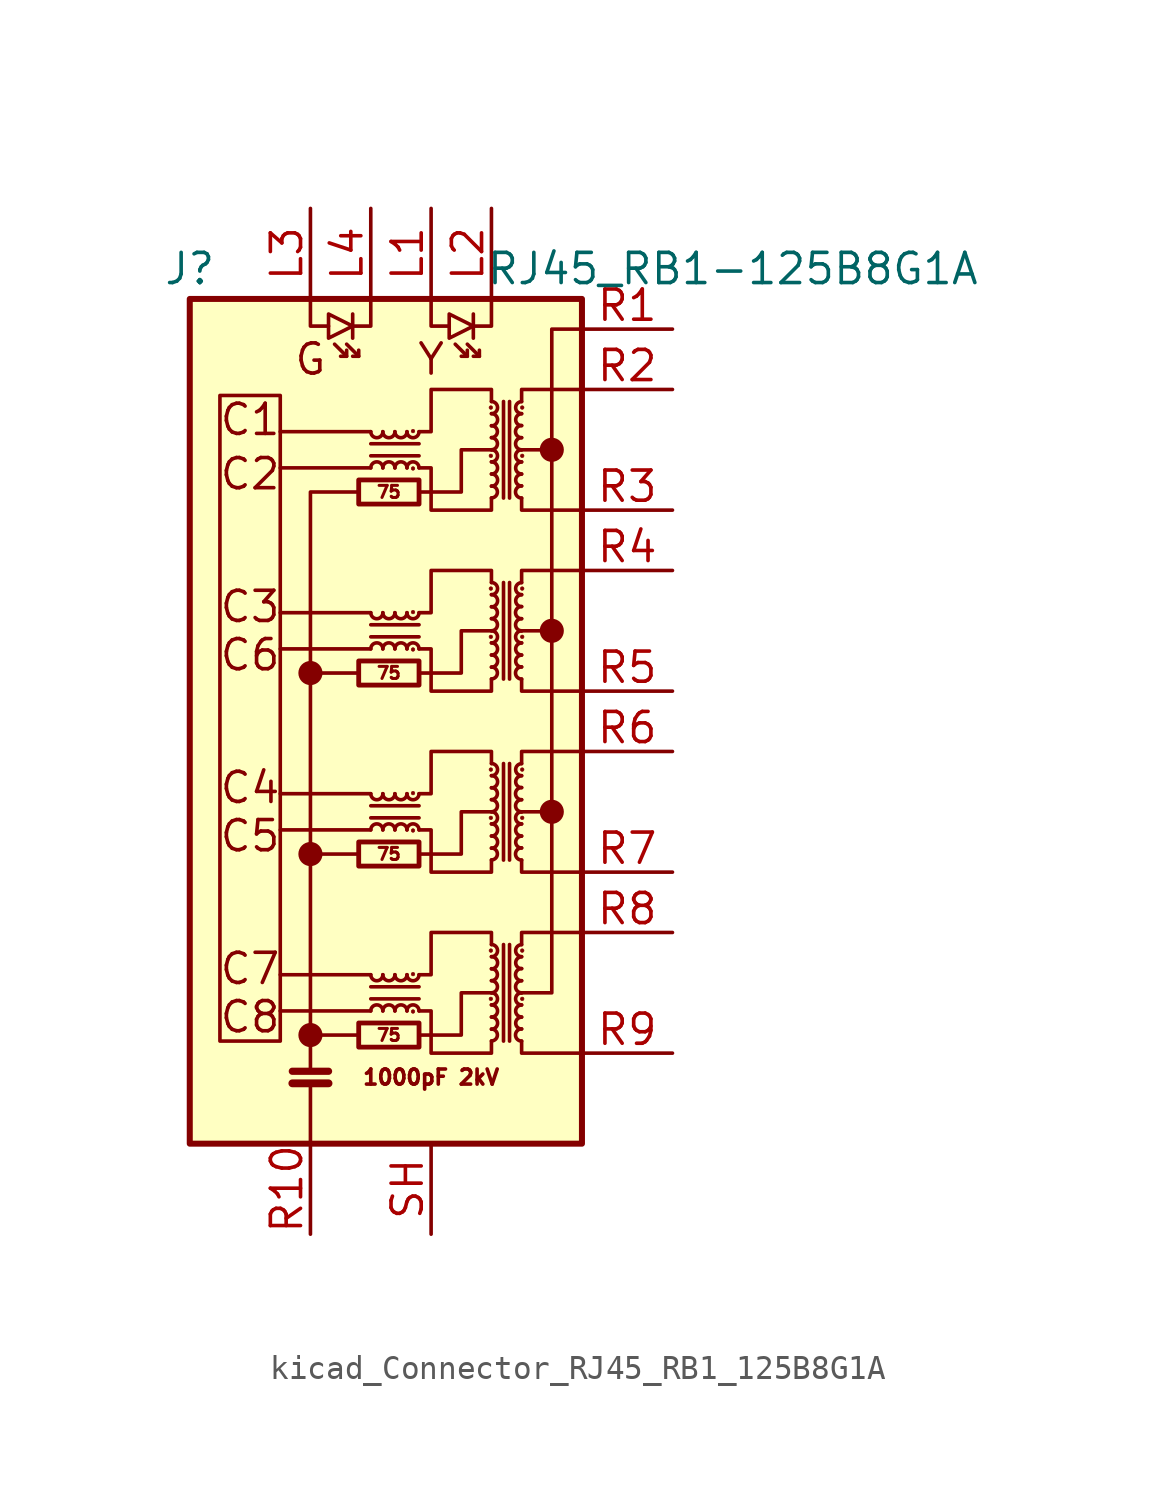
<source format=kicad_sym>
(kicad_symbol_lib
  (version 20220914)
  (generator kicad_symbol_editor)
  (symbol "kicad_Connector_RJ45_RB1_125B8G1A"
    (pin_names hide)
    (property "Reference" "J"
      (at -7.62 20.32 0)
      (effects (font (size 1.27 1.27))))
    (property "Value" "RJ45_RB1-125B8G1A"
      (at 15.24 20.32 0)
      (effects (font (size 1.27 1.27))))
    (symbol "kicad_Connector_RJ45_RB1_125B8G1A_0_0"
      (circle (center -2.54 -11.938) (radius 0.0001) (stroke (width 0.508) (type default)) (fill (type none)))
      (circle (center -2.54 -4.318) (radius 0.0001) (stroke (width 0.508) (type default)) (fill (type none)))
      (circle (center -2.54 3.302) (radius 0.0001) (stroke (width 0.508) (type default)) (fill (type none)))
      (polyline (pts (xy -0.508 -11.938) (xy -2.54 -11.938)) (stroke (width 0) (type default)) (fill (type none)))
      (polyline (pts (xy 0 -10.922) (xy -3.81 -10.922)) (stroke (width 0) (type default)) (fill (type none)))
      (polyline (pts (xy 0 -9.398) (xy -3.81 -9.398)) (stroke (width 0) (type default)) (fill (type none)))
      (polyline (pts (xy 0 -3.302) (xy -3.81 -3.302)) (stroke (width 0) (type default)) (fill (type none)))
      (polyline (pts (xy 0 -1.778) (xy -3.81 -1.778)) (stroke (width 0) (type default)) (fill (type none)))
      (polyline (pts (xy 0 4.318) (xy -3.81 4.318)) (stroke (width 0) (type default)) (fill (type none)))
      (polyline (pts (xy 0 5.842) (xy -3.81 5.842)) (stroke (width 0) (type default)) (fill (type none)))
      (polyline (pts (xy 0 11.938) (xy -3.81 11.938)) (stroke (width 0) (type default)) (fill (type none)))
      (polyline (pts (xy 0 13.462) (xy -3.81 13.462)) (stroke (width 0) (type default)) (fill (type none)))
      (polyline (pts (xy 6.35 5.08) (xy 7.62 5.08)) (stroke (width 0) (type default)) (fill (type none)))
      (polyline (pts (xy 7.62 -2.54) (xy 6.35 -2.54)) (stroke (width 0) (type default)) (fill (type none)))
      (polyline (pts (xy 7.62 12.7) (xy 6.35 12.7)) (stroke (width 0) (type default)) (fill (type none)))
      (polyline (pts (xy 2.032 -11.938) (xy 3.81 -11.938) (xy 3.81 -10.16) (xy 5.08 -10.16)) (stroke (width 0) (type default)) (fill (type none)))
      (polyline (pts (xy 2.032 -4.318) (xy 3.81 -4.318) (xy 3.81 -2.54) (xy 5.08 -2.54)) (stroke (width 0) (type default)) (fill (type none)))
      (polyline (pts (xy 2.032 3.302) (xy 3.81 3.302) (xy 3.81 5.08) (xy 5.08 5.08)) (stroke (width 0) (type default)) (fill (type none)))
      (polyline (pts (xy 2.032 10.922) (xy 3.81 10.922) (xy 3.81 12.7) (xy 5.08 12.7)) (stroke (width 0) (type default)) (fill (type none)))
      (circle (center 7.62 -2.54) (radius 0.0001) (stroke (width 0.508) (type default)) (fill (type none)))
      (circle (center 7.62 5.08) (radius 0.0001) (stroke (width 0.508) (type default)) (fill (type none)))
      (circle (center 7.62 12.7) (radius 0.0001) (stroke (width 0.508) (type default)) (fill (type none)))
      (text "1000pF 2kV" (at 2.54 -13.716 0) (effects (font (size 0.635 0.635))))
      (text "C1" (at -5.08 13.97 0) (effects (font (size 1.27 1.27))))
      (text "C2" (at -5.08 11.684 0) (effects (font (size 1.27 1.27))))
      (text "C3" (at -5.08 6.096 0) (effects (font (size 1.27 1.27))))
      (text "C4" (at -5.08 -1.524 0) (effects (font (size 1.27 1.27))))
      (text "C5" (at -5.08 -3.556 0) (effects (font (size 1.27 1.27))))
      (text "C6" (at -5.08 4.064 0) (effects (font (size 1.27 1.27))))
      (text "C7" (at -5.08 -9.144 0) (effects (font (size 1.27 1.27))))
      (text "C8" (at -5.08 -11.176 0) (effects (font (size 1.27 1.27))))
      (text "G" (at -2.54 16.51 0) (effects (font (size 1.27 1.27))))
      (text "Y" (at 2.54 16.51 0) (effects (font (size 1.27 1.27)))))
    (symbol "kicad_Connector_RJ45_RB1_125B8G1A_0_1"
      (rectangle (start -7.62 19.05) (end 8.89 -16.51) (stroke (width 0.254) (type default)) (fill (type background)))
      (rectangle (start -3.81 -12.192) (end -6.35 14.986) (stroke (width 0) (type default)) (fill (type none)))
      (rectangle (start -0.508 -12.446) (end 2.032 -11.43) (stroke (width 0.203) (type default)) (fill (type none)))
      (rectangle (start -0.508 -4.826) (end 2.032 -3.81) (stroke (width 0.203) (type default)) (fill (type none)))
      (rectangle (start -0.508 2.794) (end 2.032 3.81) (stroke (width 0.203) (type default)) (fill (type none)))
      (rectangle (start -0.508 10.414) (end 2.032 11.43) (stroke (width 0.203) (type default)) (fill (type none)))
      (arc (start 0 -9.398) (mid 0.254 -9.6509) (end 0.508 -9.398) (stroke (width 0) (type default)) (fill (type none)))
      (arc (start 0 -1.778) (mid 0.254 -2.0309) (end 0.508 -1.778) (stroke (width 0) (type default)) (fill (type none)))
      (polyline (pts (xy -3.302 -13.97) (xy -1.778 -13.97)) (stroke (width 0.33) (type default)) (fill (type none)))
      (polyline (pts (xy -3.302 -13.462) (xy -1.778 -13.462)) (stroke (width 0.305) (type default)) (fill (type none)))
      (polyline (pts (xy -2.54 -16.51) (xy -2.54 -13.97)) (stroke (width 0) (type default)) (fill (type none)))
      (polyline (pts (xy -2.54 3.302) (xy -0.508 3.302)) (stroke (width 0) (type default)) (fill (type none)))
      (polyline (pts (xy -1.016 16.637) (xy -1.524 17.145)) (stroke (width 0) (type default)) (fill (type none)))
      (polyline (pts (xy -0.762 18.415) (xy -0.762 17.399)) (stroke (width 0) (type default)) (fill (type none)))
      (polyline (pts (xy -0.508 -4.318) (xy -2.54 -4.318)) (stroke (width 0) (type default)) (fill (type none)))
      (polyline (pts (xy -0.508 16.637) (xy -1.016 17.145)) (stroke (width 0) (type default)) (fill (type none)))
      (polyline (pts (xy 0 -10.414) (xy 2.032 -10.414)) (stroke (width 0) (type default)) (fill (type none)))
      (polyline (pts (xy 0 -2.794) (xy 2.032 -2.794)) (stroke (width 0) (type default)) (fill (type none)))
      (polyline (pts (xy 0 4.826) (xy 2.032 4.826)) (stroke (width 0) (type default)) (fill (type none)))
      (polyline (pts (xy 0 12.446) (xy 2.032 12.446)) (stroke (width 0) (type default)) (fill (type none)))
      (polyline (pts (xy 2.032 -9.906) (xy 0 -9.906)) (stroke (width 0) (type default)) (fill (type none)))
      (polyline (pts (xy 2.032 -2.286) (xy 0 -2.286)) (stroke (width 0) (type default)) (fill (type none)))
      (polyline (pts (xy 2.032 5.334) (xy 0 5.334)) (stroke (width 0) (type default)) (fill (type none)))
      (polyline (pts (xy 2.032 12.954) (xy 0 12.954)) (stroke (width 0) (type default)) (fill (type none)))
      (polyline (pts (xy 4.064 16.637) (xy 3.556 17.145)) (stroke (width 0) (type default)) (fill (type none)))
      (polyline (pts (xy 4.318 18.415) (xy 4.318 17.399)) (stroke (width 0) (type default)) (fill (type none)))
      (polyline (pts (xy 4.572 16.637) (xy 4.064 17.145)) (stroke (width 0) (type default)) (fill (type none)))
      (polyline (pts (xy 5.588 -8.128) (xy 5.588 -12.192)) (stroke (width 0) (type default)) (fill (type none)))
      (polyline (pts (xy 5.588 -0.508) (xy 5.588 -4.572)) (stroke (width 0) (type default)) (fill (type none)))
      (polyline (pts (xy 5.588 7.112) (xy 5.588 3.048)) (stroke (width 0) (type default)) (fill (type none)))
      (polyline (pts (xy 5.588 14.732) (xy 5.588 10.668)) (stroke (width 0) (type default)) (fill (type none)))
      (polyline (pts (xy 5.842 -12.192) (xy 5.842 -8.128)) (stroke (width 0) (type default)) (fill (type none)))
      (polyline (pts (xy 5.842 -4.572) (xy 5.842 -0.508)) (stroke (width 0) (type default)) (fill (type none)))
      (polyline (pts (xy 5.842 3.048) (xy 5.842 7.112)) (stroke (width 0) (type default)) (fill (type none)))
      (polyline (pts (xy 5.842 10.668) (xy 5.842 14.732)) (stroke (width 0) (type default)) (fill (type none)))
      (polyline (pts (xy -2.54 -13.462) (xy -2.54 10.922) (xy -0.508 10.922)) (stroke (width 0) (type default)) (fill (type none)))
      (polyline (pts (xy -2.54 19.05) (xy -2.54 17.907) (xy -1.778 17.907)) (stroke (width 0) (type default)) (fill (type none)))
      (polyline (pts (xy -1.016 16.891) (xy -1.016 16.637) (xy -1.27 16.637)) (stroke (width 0) (type default)) (fill (type none)))
      (polyline (pts (xy -0.508 16.891) (xy -0.508 16.637) (xy -0.762 16.637)) (stroke (width 0) (type default)) (fill (type none)))
      (polyline (pts (xy 0 19.05) (xy 0 17.907) (xy -0.762 17.907)) (stroke (width 0) (type default)) (fill (type none)))
      (polyline (pts (xy 2.54 19.05) (xy 2.54 17.907) (xy 3.302 17.907)) (stroke (width 0) (type default)) (fill (type none)))
      (polyline (pts (xy 4.064 16.891) (xy 4.064 16.637) (xy 3.81 16.637)) (stroke (width 0) (type default)) (fill (type none)))
      (polyline (pts (xy 4.572 16.891) (xy 4.572 16.637) (xy 4.318 16.637)) (stroke (width 0) (type default)) (fill (type none)))
      (polyline (pts (xy 5.08 19.05) (xy 5.08 17.907) (xy 4.318 17.907)) (stroke (width 0) (type default)) (fill (type none)))
      (polyline (pts (xy 6.35 -12.192) (xy 6.35 -12.7) (xy 8.89 -12.7)) (stroke (width 0) (type default)) (fill (type none)))
      (polyline (pts (xy 6.35 -8.128) (xy 6.35 -7.62) (xy 8.89 -7.62)) (stroke (width 0) (type default)) (fill (type none)))
      (polyline (pts (xy 6.35 -4.572) (xy 6.35 -5.08) (xy 8.89 -5.08)) (stroke (width 0) (type default)) (fill (type none)))
      (polyline (pts (xy 6.35 -0.508) (xy 6.35 0) (xy 8.89 0)) (stroke (width 0) (type default)) (fill (type none)))
      (polyline (pts (xy 6.35 3.048) (xy 6.35 2.54) (xy 8.89 2.54)) (stroke (width 0) (type default)) (fill (type none)))
      (polyline (pts (xy 6.35 7.112) (xy 6.35 7.62) (xy 8.89 7.62)) (stroke (width 0) (type default)) (fill (type none)))
      (polyline (pts (xy 6.35 10.668) (xy 6.35 10.16) (xy 8.89 10.16)) (stroke (width 0) (type default)) (fill (type none)))
      (polyline (pts (xy 6.35 14.732) (xy 6.35 15.24) (xy 8.89 15.24)) (stroke (width 0) (type default)) (fill (type none)))
      (polyline (pts (xy -0.762 17.907) (xy -1.778 18.415) (xy -1.778 17.399) (xy -0.762 17.907)) (stroke (width 0) (type default)) (fill (type none)))
      (polyline (pts (xy 4.318 17.907) (xy 3.302 18.415) (xy 3.302 17.399) (xy 4.318 17.907)) (stroke (width 0) (type default)) (fill (type none)))
      (polyline (pts (xy 8.89 17.78) (xy 7.62 17.78) (xy 7.62 -10.16) (xy 6.35 -10.16)) (stroke (width 0) (type default)) (fill (type none)))
      (polyline (pts (xy 2.032 -9.398) (xy 2.54 -9.398) (xy 2.54 -7.62) (xy 5.08 -7.62) (xy 5.08 -8.128)) (stroke (width 0) (type default)) (fill (type none)))
      (polyline (pts (xy 2.032 -1.778) (xy 2.54 -1.778) (xy 2.54 0) (xy 5.08 0) (xy 5.08 -0.508)) (stroke (width 0) (type default)) (fill (type none)))
      (polyline (pts (xy 2.032 5.842) (xy 2.54 5.842) (xy 2.54 7.62) (xy 5.08 7.62) (xy 5.08 7.112)) (stroke (width 0) (type default)) (fill (type none)))
      (polyline (pts (xy 2.032 13.462) (xy 2.54 13.462) (xy 2.54 15.24) (xy 5.08 15.24) (xy 5.08 14.732)) (stroke (width 0) (type default)) (fill (type none)))
      (polyline (pts (xy 5.08 -12.192) (xy 5.08 -12.7) (xy 2.54 -12.7) (xy 2.54 -10.922) (xy 2.032 -10.922)) (stroke (width 0) (type default)) (fill (type none)))
      (polyline (pts (xy 5.08 -4.572) (xy 5.08 -5.08) (xy 2.54 -5.08) (xy 2.54 -3.302) (xy 2.032 -3.302)) (stroke (width 0) (type default)) (fill (type none)))
      (polyline (pts (xy 5.08 3.048) (xy 5.08 2.54) (xy 2.54 2.54) (xy 2.54 4.318) (xy 2.032 4.318)) (stroke (width 0) (type default)) (fill (type none)))
      (polyline (pts (xy 5.08 10.668) (xy 5.08 10.16) (xy 2.54 10.16) (xy 2.54 11.938) (xy 2.032 11.938)) (stroke (width 0) (type default)) (fill (type none)))
      (arc (start 0 5.842) (mid 0.254 5.5891) (end 0.508 5.842) (stroke (width 0) (type default)) (fill (type none)))
      (arc (start 0 13.462) (mid 0.254 13.2091) (end 0.508 13.462) (stroke (width 0) (type default)) (fill (type none)))
      (arc (start 0.508 -10.922) (mid 0.254 -10.6691) (end 0 -10.922) (stroke (width 0) (type default)) (fill (type none)))
      (arc (start 0.508 -9.398) (mid 0.762 -9.6509) (end 1.016 -9.398) (stroke (width 0) (type default)) (fill (type none)))
      (arc (start 0.508 -3.302) (mid 0.254 -3.0491) (end 0 -3.302) (stroke (width 0) (type default)) (fill (type none)))
      (arc (start 0.508 -1.778) (mid 0.762 -2.0309) (end 1.016 -1.778) (stroke (width 0) (type default)) (fill (type none)))
      (arc (start 0.508 4.318) (mid 0.254 4.5709) (end 0 4.318) (stroke (width 0) (type default)) (fill (type none)))
      (arc (start 0.508 5.842) (mid 0.762 5.5891) (end 1.016 5.842) (stroke (width 0) (type default)) (fill (type none)))
      (arc (start 0.508 11.938) (mid 0.254 12.1909) (end 0 11.938) (stroke (width 0) (type default)) (fill (type none)))
      (arc (start 0.508 13.462) (mid 0.762 13.2091) (end 1.016 13.462) (stroke (width 0) (type default)) (fill (type none)))
      (arc (start 1.016 -10.922) (mid 0.762 -10.6691) (end 0.508 -10.922) (stroke (width 0) (type default)) (fill (type none)))
      (arc (start 1.016 -9.398) (mid 1.27 -9.6509) (end 1.524 -9.398) (stroke (width 0) (type default)) (fill (type none)))
      (arc (start 1.016 -3.302) (mid 0.762 -3.0491) (end 0.508 -3.302) (stroke (width 0) (type default)) (fill (type none)))
      (arc (start 1.016 -1.778) (mid 1.27 -2.0309) (end 1.524 -1.778) (stroke (width 0) (type default)) (fill (type none)))
      (arc (start 1.016 4.318) (mid 0.762 4.5709) (end 0.508 4.318) (stroke (width 0) (type default)) (fill (type none)))
      (arc (start 1.016 5.842) (mid 1.27 5.5891) (end 1.524 5.842) (stroke (width 0) (type default)) (fill (type none)))
      (arc (start 1.016 11.938) (mid 0.762 12.1909) (end 0.508 11.938) (stroke (width 0) (type default)) (fill (type none)))
      (arc (start 1.016 13.462) (mid 1.27 13.2091) (end 1.524 13.462) (stroke (width 0) (type default)) (fill (type none)))
      (arc (start 1.524 -10.922) (mid 1.27 -10.6691) (end 1.016 -10.922) (stroke (width 0) (type default)) (fill (type none)))
      (arc (start 1.524 -9.398) (mid 1.778 -9.6509) (end 2.032 -9.398) (stroke (width 0) (type default)) (fill (type none)))
      (arc (start 1.524 -3.302) (mid 1.27 -3.0491) (end 1.016 -3.302) (stroke (width 0) (type default)) (fill (type none)))
      (arc (start 1.524 -1.778) (mid 1.778 -2.0309) (end 2.032 -1.778) (stroke (width 0) (type default)) (fill (type none)))
      (arc (start 1.524 4.318) (mid 1.27 4.5709) (end 1.016 4.318) (stroke (width 0) (type default)) (fill (type none)))
      (arc (start 1.524 5.842) (mid 1.778 5.5891) (end 2.032 5.842) (stroke (width 0) (type default)) (fill (type none)))
      (arc (start 1.524 11.938) (mid 1.27 12.1909) (end 1.016 11.938) (stroke (width 0) (type default)) (fill (type none)))
      (arc (start 1.524 13.462) (mid 1.778 13.2091) (end 2.032 13.462) (stroke (width 0) (type default)) (fill (type none)))
      (circle (center 1.778 -10.947) (radius 0.076) (stroke (width 0.025) (type default)) (fill (type outline)))
      (circle (center 1.778 -9.373) (radius 0.076) (stroke (width 0.025) (type default)) (fill (type outline)))
      (circle (center 1.778 -3.327) (radius 0.076) (stroke (width 0.025) (type default)) (fill (type outline)))
      (circle (center 1.778 -1.753) (radius 0.076) (stroke (width 0.025) (type default)) (fill (type outline)))
      (circle (center 1.778 4.293) (radius 0.076) (stroke (width 0.025) (type default)) (fill (type outline)))
      (circle (center 1.778 5.867) (radius 0.076) (stroke (width 0.025) (type default)) (fill (type outline)))
      (circle (center 1.778 11.913) (radius 0.076) (stroke (width 0.025) (type default)) (fill (type outline)))
      (circle (center 1.778 13.487) (radius 0.076) (stroke (width 0.025) (type default)) (fill (type outline)))
      (arc (start 2.032 -10.922) (mid 1.778 -10.6691) (end 1.524 -10.922) (stroke (width 0) (type default)) (fill (type none)))
      (arc (start 2.032 -3.302) (mid 1.778 -3.0491) (end 1.524 -3.302) (stroke (width 0) (type default)) (fill (type none)))
      (arc (start 2.032 4.318) (mid 1.778 4.5709) (end 1.524 4.318) (stroke (width 0) (type default)) (fill (type none)))
      (arc (start 2.032 11.938) (mid 1.778 12.1909) (end 1.524 11.938) (stroke (width 0) (type default)) (fill (type none)))
      (circle (center 5.055 -10.414) (radius 0.076) (stroke (width 0.025) (type default)) (fill (type outline)))
      (circle (center 5.055 -8.382) (radius 0.076) (stroke (width 0.025) (type default)) (fill (type outline)))
      (circle (center 5.055 -2.794) (radius 0.076) (stroke (width 0.025) (type default)) (fill (type outline)))
      (circle (center 5.055 -0.762) (radius 0.076) (stroke (width 0.025) (type default)) (fill (type outline)))
      (circle (center 5.055 4.826) (radius 0.076) (stroke (width 0.025) (type default)) (fill (type outline)))
      (circle (center 5.055 6.858) (radius 0.076) (stroke (width 0.025) (type default)) (fill (type outline)))
      (circle (center 5.055 12.446) (radius 0.076) (stroke (width 0.025) (type default)) (fill (type outline)))
      (circle (center 5.055 14.478) (radius 0.076) (stroke (width 0.025) (type default)) (fill (type outline)))
      (arc (start 5.08 -12.192) (mid 5.3329 -11.938) (end 5.08 -11.684) (stroke (width 0) (type default)) (fill (type none)))
      (arc (start 5.08 -11.684) (mid 5.3329 -11.43) (end 5.08 -11.176) (stroke (width 0) (type default)) (fill (type none)))
      (arc (start 5.08 -11.176) (mid 5.3329 -10.922) (end 5.08 -10.668) (stroke (width 0) (type default)) (fill (type none)))
      (arc (start 5.08 -10.668) (mid 5.3329 -10.414) (end 5.08 -10.16) (stroke (width 0) (type default)) (fill (type none)))
      (arc (start 5.08 -10.16) (mid 5.3329 -9.906) (end 5.08 -9.652) (stroke (width 0) (type default)) (fill (type none)))
      (arc (start 5.08 -9.652) (mid 5.3329 -9.398) (end 5.08 -9.144) (stroke (width 0) (type default)) (fill (type none)))
      (arc (start 5.08 -9.144) (mid 5.3329 -8.89) (end 5.08 -8.636) (stroke (width 0) (type default)) (fill (type none)))
      (arc (start 5.08 -8.636) (mid 5.3329 -8.382) (end 5.08 -8.128) (stroke (width 0) (type default)) (fill (type none)))
      (arc (start 5.08 -4.572) (mid 5.3329 -4.318) (end 5.08 -4.064) (stroke (width 0) (type default)) (fill (type none)))
      (arc (start 5.08 -4.064) (mid 5.3329 -3.81) (end 5.08 -3.556) (stroke (width 0) (type default)) (fill (type none)))
      (arc (start 5.08 -3.556) (mid 5.3329 -3.302) (end 5.08 -3.048) (stroke (width 0) (type default)) (fill (type none)))
      (arc (start 5.08 -3.048) (mid 5.3329 -2.794) (end 5.08 -2.54) (stroke (width 0) (type default)) (fill (type none)))
      (arc (start 5.08 -2.54) (mid 5.3329 -2.286) (end 5.08 -2.032) (stroke (width 0) (type default)) (fill (type none)))
      (arc (start 5.08 -2.032) (mid 5.3329 -1.778) (end 5.08 -1.524) (stroke (width 0) (type default)) (fill (type none)))
      (arc (start 5.08 -1.524) (mid 5.3329 -1.27) (end 5.08 -1.016) (stroke (width 0) (type default)) (fill (type none)))
      (arc (start 5.08 -1.016) (mid 5.3329 -0.762) (end 5.08 -0.508) (stroke (width 0) (type default)) (fill (type none)))
      (arc (start 5.08 3.048) (mid 5.3329 3.302) (end 5.08 3.556) (stroke (width 0) (type default)) (fill (type none)))
      (arc (start 5.08 3.556) (mid 5.3329 3.81) (end 5.08 4.064) (stroke (width 0) (type default)) (fill (type none)))
      (arc (start 5.08 4.064) (mid 5.3329 4.318) (end 5.08 4.572) (stroke (width 0) (type default)) (fill (type none)))
      (arc (start 5.08 4.572) (mid 5.3329 4.826) (end 5.08 5.08) (stroke (width 0) (type default)) (fill (type none)))
      (arc (start 5.08 5.08) (mid 5.3329 5.334) (end 5.08 5.588) (stroke (width 0) (type default)) (fill (type none)))
      (arc (start 5.08 5.588) (mid 5.3329 5.842) (end 5.08 6.096) (stroke (width 0) (type default)) (fill (type none)))
      (arc (start 5.08 6.096) (mid 5.3329 6.35) (end 5.08 6.604) (stroke (width 0) (type default)) (fill (type none)))
      (arc (start 5.08 6.604) (mid 5.3329 6.858) (end 5.08 7.112) (stroke (width 0) (type default)) (fill (type none)))
      (arc (start 5.08 10.668) (mid 5.3329 10.922) (end 5.08 11.176) (stroke (width 0) (type default)) (fill (type none)))
      (arc (start 5.08 11.176) (mid 5.3329 11.43) (end 5.08 11.684) (stroke (width 0) (type default)) (fill (type none)))
      (arc (start 5.08 11.684) (mid 5.3329 11.938) (end 5.08 12.192) (stroke (width 0) (type default)) (fill (type none)))
      (arc (start 5.08 12.192) (mid 5.3329 12.446) (end 5.08 12.7) (stroke (width 0) (type default)) (fill (type none)))
      (arc (start 5.08 12.7) (mid 5.3329 12.954) (end 5.08 13.208) (stroke (width 0) (type default)) (fill (type none)))
      (arc (start 5.08 13.208) (mid 5.3329 13.462) (end 5.08 13.716) (stroke (width 0) (type default)) (fill (type none)))
      (arc (start 5.08 13.716) (mid 5.3329 13.97) (end 5.08 14.224) (stroke (width 0) (type default)) (fill (type none)))
      (arc (start 5.08 14.224) (mid 5.3329 14.478) (end 5.08 14.732) (stroke (width 0) (type default)) (fill (type none)))
      (arc (start 6.35 -11.684) (mid 6.0971 -11.938) (end 6.35 -12.192) (stroke (width 0) (type default)) (fill (type none)))
      (arc (start 6.35 -11.176) (mid 6.0971 -11.43) (end 6.35 -11.684) (stroke (width 0) (type default)) (fill (type none)))
      (arc (start 6.35 -10.668) (mid 6.0971 -10.922) (end 6.35 -11.176) (stroke (width 0) (type default)) (fill (type none)))
      (arc (start 6.35 -10.16) (mid 6.0971 -10.414) (end 6.35 -10.668) (stroke (width 0) (type default)) (fill (type none)))
      (arc (start 6.35 -9.652) (mid 6.0971 -9.906) (end 6.35 -10.16) (stroke (width 0) (type default)) (fill (type none)))
      (arc (start 6.35 -9.144) (mid 6.0971 -9.398) (end 6.35 -9.652) (stroke (width 0) (type default)) (fill (type none)))
      (arc (start 6.35 -8.636) (mid 6.0971 -8.89) (end 6.35 -9.144) (stroke (width 0) (type default)) (fill (type none)))
      (arc (start 6.35 -8.128) (mid 6.0971 -8.382) (end 6.35 -8.636) (stroke (width 0) (type default)) (fill (type none)))
      (arc (start 6.35 -4.064) (mid 6.0971 -4.318) (end 6.35 -4.572) (stroke (width 0) (type default)) (fill (type none)))
      (arc (start 6.35 -3.556) (mid 6.0971 -3.81) (end 6.35 -4.064) (stroke (width 0) (type default)) (fill (type none)))
      (arc (start 6.35 -3.048) (mid 6.0971 -3.302) (end 6.35 -3.556) (stroke (width 0) (type default)) (fill (type none)))
      (arc (start 6.35 -2.54) (mid 6.0971 -2.794) (end 6.35 -3.048) (stroke (width 0) (type default)) (fill (type none)))
      (arc (start 6.35 -2.032) (mid 6.0971 -2.286) (end 6.35 -2.54) (stroke (width 0) (type default)) (fill (type none)))
      (arc (start 6.35 -1.524) (mid 6.0971 -1.778) (end 6.35 -2.032) (stroke (width 0) (type default)) (fill (type none)))
      (arc (start 6.35 -1.016) (mid 6.0971 -1.27) (end 6.35 -1.524) (stroke (width 0) (type default)) (fill (type none)))
      (arc (start 6.35 -0.508) (mid 6.0971 -0.762) (end 6.35 -1.016) (stroke (width 0) (type default)) (fill (type none)))
      (arc (start 6.35 3.556) (mid 6.0971 3.302) (end 6.35 3.048) (stroke (width 0) (type default)) (fill (type none)))
      (arc (start 6.35 4.064) (mid 6.0971 3.81) (end 6.35 3.556) (stroke (width 0) (type default)) (fill (type none)))
      (arc (start 6.35 4.572) (mid 6.0971 4.318) (end 6.35 4.064) (stroke (width 0) (type default)) (fill (type none)))
      (arc (start 6.35 5.08) (mid 6.0971 4.826) (end 6.35 4.572) (stroke (width 0) (type default)) (fill (type none)))
      (arc (start 6.35 5.588) (mid 6.0971 5.334) (end 6.35 5.08) (stroke (width 0) (type default)) (fill (type none)))
      (arc (start 6.35 6.096) (mid 6.0971 5.842) (end 6.35 5.588) (stroke (width 0) (type default)) (fill (type none)))
      (arc (start 6.35 6.604) (mid 6.0971 6.35) (end 6.35 6.096) (stroke (width 0) (type default)) (fill (type none)))
      (arc (start 6.35 7.112) (mid 6.0971 6.858) (end 6.35 6.604) (stroke (width 0) (type default)) (fill (type none)))
      (arc (start 6.35 11.176) (mid 6.0971 10.922) (end 6.35 10.668) (stroke (width 0) (type default)) (fill (type none)))
      (arc (start 6.35 11.684) (mid 6.0971 11.43) (end 6.35 11.176) (stroke (width 0) (type default)) (fill (type none)))
      (arc (start 6.35 12.192) (mid 6.0971 11.938) (end 6.35 11.684) (stroke (width 0) (type default)) (fill (type none)))
      (arc (start 6.35 12.7) (mid 6.0971 12.446) (end 6.35 12.192) (stroke (width 0) (type default)) (fill (type none)))
      (arc (start 6.35 13.208) (mid 6.0971 12.954) (end 6.35 12.7) (stroke (width 0) (type default)) (fill (type none)))
      (arc (start 6.35 13.716) (mid 6.0971 13.462) (end 6.35 13.208) (stroke (width 0) (type default)) (fill (type none)))
      (arc (start 6.35 14.224) (mid 6.0971 13.97) (end 6.35 13.716) (stroke (width 0) (type default)) (fill (type none)))
      (arc (start 6.35 14.732) (mid 6.0971 14.478) (end 6.35 14.224) (stroke (width 0) (type default)) (fill (type none)))
      (circle (center 6.375 -10.414) (radius 0.076) (stroke (width 0.025) (type default)) (fill (type outline)))
      (circle (center 6.375 -8.382) (radius 0.076) (stroke (width 0.025) (type default)) (fill (type outline)))
      (circle (center 6.375 -2.794) (radius 0.076) (stroke (width 0.025) (type default)) (fill (type outline)))
      (circle (center 6.375 -0.762) (radius 0.076) (stroke (width 0.025) (type default)) (fill (type outline)))
      (circle (center 6.375 4.826) (radius 0.076) (stroke (width 0.025) (type default)) (fill (type outline)))
      (circle (center 6.375 6.858) (radius 0.076) (stroke (width 0.025) (type default)) (fill (type outline)))
      (circle (center 6.375 12.446) (radius 0.076) (stroke (width 0.025) (type default)) (fill (type outline)))
      (circle (center 6.375 14.478) (radius 0.076) (stroke (width 0.025) (type default)) (fill (type outline)))
      (pin power_in line (at -2.54 -20.32 90) (length 3.81) (name "GND" (effects (font (size 1.27 1.27)))) (number "R10" (effects (font (size 1.27 1.27))))))
    (symbol "kicad_Connector_RJ45_RB1_125B8G1A_1_0"
      (text "75" (at 0.762 -11.938 0) (effects (font (size 0.508 0.508))))
      (text "75" (at 0.762 -4.318 0) (effects (font (size 0.508 0.508))))
      (text "75" (at 0.762 3.302 0) (effects (font (size 0.508 0.508))))
      (text "75" (at 0.762 10.922 0) (effects (font (size 0.508 0.508)))))
    (symbol "kicad_Connector_RJ45_RB1_125B8G1A_1_1"
      (pin passive line (at 2.54 22.86 270) (length 3.81) (name "~" (effects (font (size 1.27 1.27)))) (number "L1" (effects (font (size 1.27 1.27)))))
      (pin passive line (at 5.08 22.86 270) (length 3.81) (name "~" (effects (font (size 1.27 1.27)))) (number "L2" (effects (font (size 1.27 1.27)))))
      (pin passive line (at -2.54 22.86 270) (length 3.81) (name "~" (effects (font (size 1.27 1.27)))) (number "L3" (effects (font (size 1.27 1.27)))))
      (pin passive line (at 0 22.86 270) (length 3.81) (name "~" (effects (font (size 1.27 1.27)))) (number "L4" (effects (font (size 1.27 1.27)))))
      (pin passive line (at 12.7 17.78 180) (length 3.81) (name "CT" (effects (font (size 1.27 1.27)))) (number "R1" (effects (font (size 1.27 1.27)))))
      (pin passive line (at 12.7 15.24 180) (length 3.81) (name "TD1+" (effects (font (size 1.27 1.27)))) (number "R2" (effects (font (size 1.27 1.27)))))
      (pin passive line (at 12.7 10.16 180) (length 3.81) (name "TD1-" (effects (font (size 1.27 1.27)))) (number "R3" (effects (font (size 1.27 1.27)))))
      (pin passive line (at 12.7 7.62 180) (length 3.81) (name "TD2+" (effects (font (size 1.27 1.27)))) (number "R4" (effects (font (size 1.27 1.27)))))
      (pin passive line (at 12.7 2.54 180) (length 3.81) (name "TD2-" (effects (font (size 1.27 1.27)))) (number "R5" (effects (font (size 1.27 1.27)))))
      (pin passive line (at 12.7 0 180) (length 3.81) (name "TD3+" (effects (font (size 1.27 1.27)))) (number "R6" (effects (font (size 1.27 1.27)))))
      (pin passive line (at 12.7 -5.08 180) (length 3.81) (name "TD3-" (effects (font (size 1.27 1.27)))) (number "R7" (effects (font (size 1.27 1.27)))))
      (pin passive line (at 12.7 -7.62 180) (length 3.81) (name "TD4+" (effects (font (size 1.27 1.27)))) (number "R8" (effects (font (size 1.27 1.27)))))
      (pin passive line (at 12.7 -12.7 180) (length 3.81) (name "TD4-" (effects (font (size 1.27 1.27)))) (number "R9" (effects (font (size 1.27 1.27)))))
      (pin passive line (at 2.54 -20.32 90) (length 3.81) (name "SH" (effects (font (size 1.27 1.27)))) (number "SH" (effects (font (size 1.27 1.27))))))))
</source>
